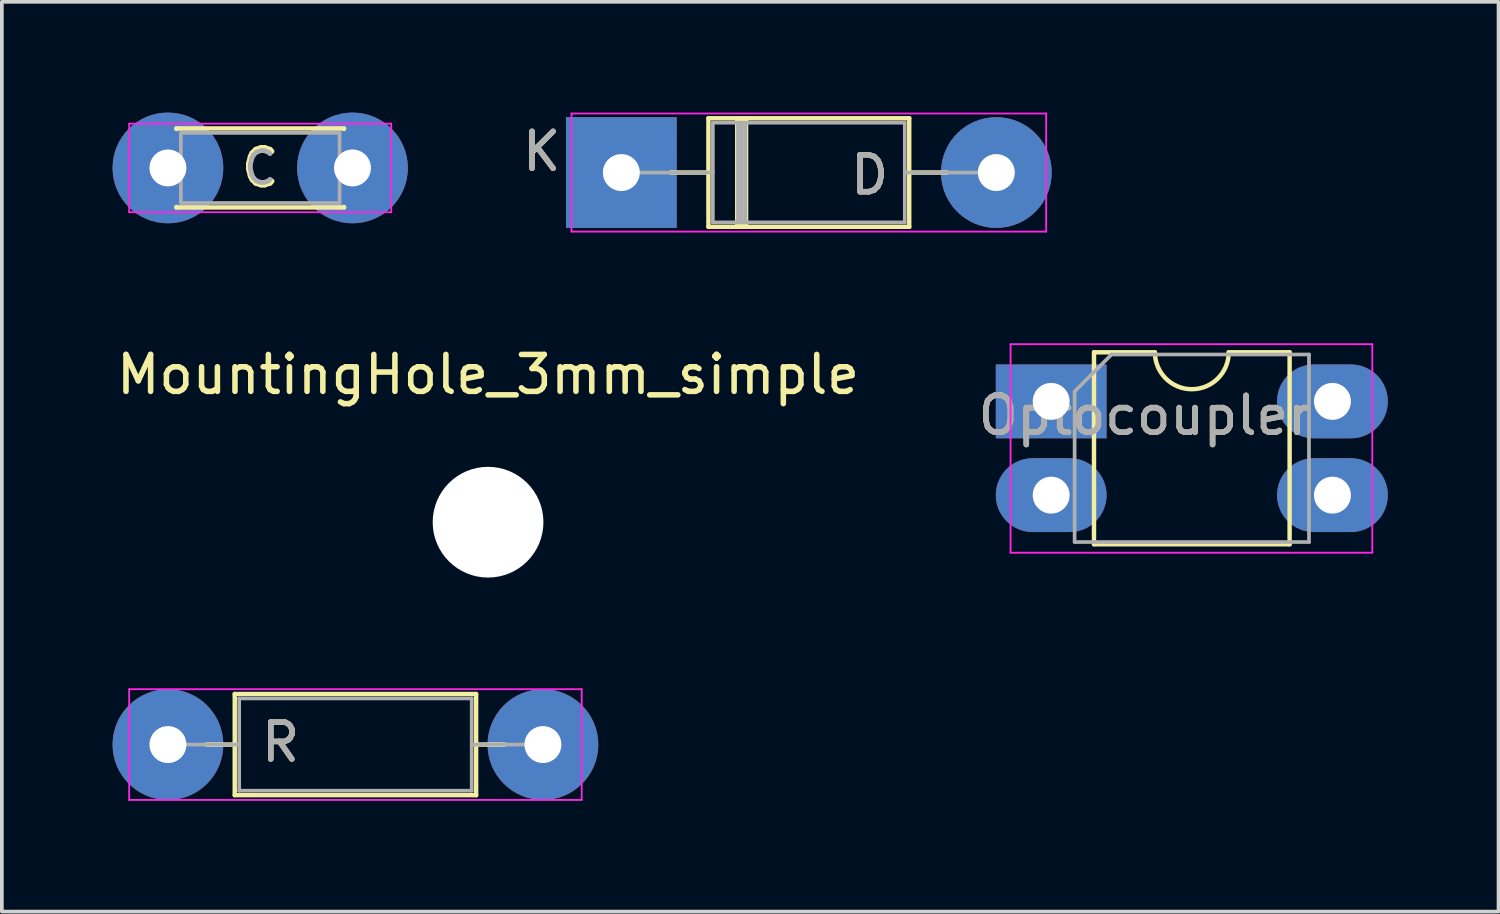
<source format=kicad_pcb>
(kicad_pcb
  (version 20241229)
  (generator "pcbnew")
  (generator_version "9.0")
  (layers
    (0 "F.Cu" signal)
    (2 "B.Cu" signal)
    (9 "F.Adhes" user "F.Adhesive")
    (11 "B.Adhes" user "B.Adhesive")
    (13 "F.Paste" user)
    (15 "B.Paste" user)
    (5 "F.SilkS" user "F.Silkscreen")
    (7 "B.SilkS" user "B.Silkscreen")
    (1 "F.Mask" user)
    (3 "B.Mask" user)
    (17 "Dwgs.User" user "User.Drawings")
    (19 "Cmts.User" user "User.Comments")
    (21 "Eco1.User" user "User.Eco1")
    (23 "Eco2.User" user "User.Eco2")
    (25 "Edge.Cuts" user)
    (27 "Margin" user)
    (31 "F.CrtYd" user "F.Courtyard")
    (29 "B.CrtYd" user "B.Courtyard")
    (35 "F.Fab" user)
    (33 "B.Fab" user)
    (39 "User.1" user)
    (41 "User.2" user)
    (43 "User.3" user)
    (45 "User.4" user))
  (footprint "MountingHole_3mm_simple"
    (layer "F.Cu")
    (at 10.173 11.098)
    (property "Reference" "MountingHole_3mm_simple" (at 0 -4 0) (layer "F.SilkS") (effects (font (size 1 1) (thickness 0.15))))
    (attr exclude_from_pos_files exclude_from_bom)
    (pad "" np_thru_hole circle (at 0 0) (size 3 3) (drill 3) (layers "*.Cu" "*.Mask")))
  (footprint "C"
    (layer "F.Cu")
    (at 1.5 1.5)
    (property "Reference" "C" (at 2.5 0 0) (layer "F.SilkS") (effects (font (size 1 1) (thickness 0.15))))
    (attr through_hole)
    (fp_line (start 0.23 -1.07) (end 0.23 -1.055) (stroke (width 0.12) (type solid)) (layer "F.SilkS"))
    (fp_line (start 0.23 -1.07) (end 4.77 -1.07) (stroke (width 0.12) (type solid)) (layer "F.SilkS"))
    (fp_line (start 0.23 1.055) (end 0.23 1.07) (stroke (width 0.12) (type solid)) (layer "F.SilkS"))
    (fp_line (start 0.23 1.07) (end 4.77 1.07) (stroke (width 0.12) (type solid)) (layer "F.SilkS"))
    (fp_line (start 4.77 -1.07) (end 4.77 -1.055) (stroke (width 0.12) (type solid)) (layer "F.SilkS"))
    (fp_line (start 4.77 1.055) (end 4.77 1.07) (stroke (width 0.12) (type solid)) (layer "F.SilkS"))
    (fp_line (start -1.05 -1.2) (end -1.05 1.2) (stroke (width 0.05) (type solid)) (layer "F.CrtYd"))
    (fp_line (start -1.05 1.2) (end 6.05 1.2) (stroke (width 0.05) (type solid)) (layer "F.CrtYd"))
    (fp_line (start 6.05 -1.2) (end -1.05 -1.2) (stroke (width 0.05) (type solid)) (layer "F.CrtYd"))
    (fp_line (start 6.05 1.2) (end 6.05 -1.2) (stroke (width 0.05) (type solid)) (layer "F.CrtYd"))
    (fp_line (start 0.35 -0.95) (end 0.35 0.95) (stroke (width 0.1) (type solid)) (layer "F.Fab"))
    (fp_line (start 0.35 0.95) (end 4.65 0.95) (stroke (width 0.1) (type solid)) (layer "F.Fab"))
    (fp_line (start 4.65 -0.95) (end 0.35 -0.95) (stroke (width 0.1) (type solid)) (layer "F.Fab"))
    (fp_line (start 4.65 0.95) (end 4.65 -0.95) (stroke (width 0.1) (type solid)) (layer "F.Fab"))
    (fp_text user "${REFERENCE}" (at 2.5 0 0) (layer "F.Fab") (effects (font (size 0.86 0.86) (thickness 0.129))))
    (pad "1" thru_hole circle (at 0 0) (size 3 3) (drill 1) (layers "*.Cu" "*.Mask"))
    (pad "2" thru_hole circle (at 5 0) (size 3 3) (drill 1) (layers "*.Cu" "*.Mask")))
  (footprint "D"
    (layer "F.Cu")
    (at 13.784 1.625)
    (property "Reference" "D" (at 6.731 0.064 0) (layer "F.SilkS") (effects (font (size 1 1) (thickness 0.15))))
    (attr through_hole)
    (fp_line (start 1.34 0) (end 2.36 0) (stroke (width 0.12) (type solid)) (layer "F.SilkS"))
    (fp_line (start 2.36 -1.47) (end 2.36 1.47) (stroke (width 0.12) (type solid)) (layer "F.SilkS"))
    (fp_line (start 2.36 1.47) (end 7.8 1.47) (stroke (width 0.12) (type solid)) (layer "F.SilkS"))
    (fp_line (start 3.14 -1.47) (end 3.14 1.47) (stroke (width 0.12) (type solid)) (layer "F.SilkS"))
    (fp_line (start 3.26 -1.47) (end 3.26 1.47) (stroke (width 0.12) (type solid)) (layer "F.SilkS"))
    (fp_line (start 3.38 -1.47) (end 3.38 1.47) (stroke (width 0.12) (type solid)) (layer "F.SilkS"))
    (fp_line (start 7.8 -1.47) (end 2.36 -1.47) (stroke (width 0.12) (type solid)) (layer "F.SilkS"))
    (fp_line (start 7.8 1.47) (end 7.8 -1.47) (stroke (width 0.12) (type solid)) (layer "F.SilkS"))
    (fp_line (start 8.82 0) (end 7.8 0) (stroke (width 0.12) (type solid)) (layer "F.SilkS"))
    (fp_line (start -1.35 -1.6) (end -1.35 1.6) (stroke (width 0.05) (type solid)) (layer "F.CrtYd"))
    (fp_line (start -1.35 1.6) (end 11.51 1.6) (stroke (width 0.05) (type solid)) (layer "F.CrtYd"))
    (fp_line (start 11.51 -1.6) (end -1.35 -1.6) (stroke (width 0.05) (type solid)) (layer "F.CrtYd"))
    (fp_line (start 11.51 1.6) (end 11.51 -1.6) (stroke (width 0.05) (type solid)) (layer "F.CrtYd"))
    (fp_line (start 0 0) (end 2.48 0) (stroke (width 0.1) (type solid)) (layer "F.Fab"))
    (fp_line (start 2.48 -1.35) (end 2.48 1.35) (stroke (width 0.1) (type solid)) (layer "F.Fab"))
    (fp_line (start 2.48 1.35) (end 7.68 1.35) (stroke (width 0.1) (type solid)) (layer "F.Fab"))
    (fp_line (start 3.16 -1.35) (end 3.16 1.35) (stroke (width 0.1) (type solid)) (layer "F.Fab"))
    (fp_line (start 3.26 -1.35) (end 3.26 1.35) (stroke (width 0.1) (type solid)) (layer "F.Fab"))
    (fp_line (start 3.36 -1.35) (end 3.36 1.35) (stroke (width 0.1) (type solid)) (layer "F.Fab"))
    (fp_line (start 7.68 -1.35) (end 2.48 -1.35) (stroke (width 0.1) (type solid)) (layer "F.Fab"))
    (fp_line (start 7.68 1.35) (end 7.68 -1.35) (stroke (width 0.1) (type solid)) (layer "F.Fab"))
    (fp_line (start 10.16 0) (end 7.68 0) (stroke (width 0.1) (type solid)) (layer "F.Fab"))
    (fp_text user "K" (at -2.159 -0.572 0) (layer "F.SilkS") (effects (font (size 1 1) (thickness 0.15))))
    (fp_text user "${REFERENCE}" (at 6.731 0.064 0) (layer "F.Fab") (effects (font (size 1 1) (thickness 0.15))))
    (fp_text user "K" (at -2.159 -0.572 0) (layer "F.Fab") (effects (font (size 1 1) (thickness 0.15))))
    (pad "1" thru_hole rect (at 0 0) (size 3 3) (drill 1) (layers "*.Cu" "*.Mask"))
    (pad "2" thru_hole circle (at 10.16 0) (size 3 3) (drill 1) (layers "*.Cu" "*.Mask")))
  (footprint "R"
    (layer "F.Cu")
    (at 1.5 17.123)
    (property "Reference" "R" (at 3.048 -0.064 0) (layer "F.SilkS") (effects (font (size 1 1) (thickness 0.15))))
    (attr through_hole)
    (fp_line (start 1.04 0) (end 1.81 0) (stroke (width 0.12) (type solid)) (layer "F.SilkS"))
    (fp_line (start 1.81 -1.37) (end 1.81 1.37) (stroke (width 0.12) (type solid)) (layer "F.SilkS"))
    (fp_line (start 1.81 1.37) (end 8.35 1.37) (stroke (width 0.12) (type solid)) (layer "F.SilkS"))
    (fp_line (start 8.35 -1.37) (end 1.81 -1.37) (stroke (width 0.12) (type solid)) (layer "F.SilkS"))
    (fp_line (start 8.35 1.37) (end 8.35 -1.37) (stroke (width 0.12) (type solid)) (layer "F.SilkS"))
    (fp_line (start 9.12 0) (end 8.35 0) (stroke (width 0.12) (type solid)) (layer "F.SilkS"))
    (fp_line (start -1.05 -1.5) (end -1.05 1.5) (stroke (width 0.05) (type solid)) (layer "F.CrtYd"))
    (fp_line (start -1.05 1.5) (end 11.21 1.5) (stroke (width 0.05) (type solid)) (layer "F.CrtYd"))
    (fp_line (start 11.21 -1.5) (end -1.05 -1.5) (stroke (width 0.05) (type solid)) (layer "F.CrtYd"))
    (fp_line (start 11.21 1.5) (end 11.21 -1.5) (stroke (width 0.05) (type solid)) (layer "F.CrtYd"))
    (fp_line (start 0 0) (end 1.93 0) (stroke (width 0.1) (type solid)) (layer "F.Fab"))
    (fp_line (start 1.93 -1.25) (end 1.93 1.25) (stroke (width 0.1) (type solid)) (layer "F.Fab"))
    (fp_line (start 1.93 1.25) (end 8.23 1.25) (stroke (width 0.1) (type solid)) (layer "F.Fab"))
    (fp_line (start 8.23 -1.25) (end 1.93 -1.25) (stroke (width 0.1) (type solid)) (layer "F.Fab"))
    (fp_line (start 8.23 1.25) (end 8.23 -1.25) (stroke (width 0.1) (type solid)) (layer "F.Fab"))
    (fp_line (start 10.16 0) (end 8.23 0) (stroke (width 0.1) (type solid)) (layer "F.Fab"))
    (fp_text user "${REFERENCE}" (at 3.048 -0.064 0) (layer "F.Fab") (effects (font (size 1 1) (thickness 0.15))))
    (pad "1" thru_hole circle (at 0 0) (size 3 3) (drill 1) (layers "*.Cu" "*.Mask"))
    (pad "2" thru_hole circle (at 10.16 0) (size 3 3) (drill 1) (layers "*.Cu" "*.Mask")))
  (footprint "Optocoupler"
    (layer "F.Cu")
    (at 25.43 7.825)
    (property "Reference" "Optocoupler" (at 2.54 0.381 0) (layer "F.SilkS") (effects (font (size 1 1) (thickness 0.15))))
    (attr through_hole)
    (fp_line (start 1.16 -1.33) (end 1.16 3.87) (stroke (width 0.12) (type solid)) (layer "F.SilkS"))
    (fp_line (start 1.16 3.87) (end 6.46 3.87) (stroke (width 0.12) (type solid)) (layer "F.SilkS"))
    (fp_line (start 2.81 -1.33) (end 1.16 -1.33) (stroke (width 0.12) (type solid)) (layer "F.SilkS"))
    (fp_line (start 6.46 -1.33) (end 4.81 -1.33) (stroke (width 0.12) (type solid)) (layer "F.SilkS"))
    (fp_line (start 6.46 3.87) (end 6.46 -1.33) (stroke (width 0.12) (type solid)) (layer "F.SilkS"))
    (fp_arc (start 4.81 -1.33) (mid 3.81 -0.33) (end 2.81 -1.33) (stroke (width 0.12) (type solid)) (layer "F.SilkS"))
    (fp_line (start -1.1 -1.55) (end -1.1 4.1) (stroke (width 0.05) (type solid)) (layer "F.CrtYd"))
    (fp_line (start -1.1 4.1) (end 8.7 4.1) (stroke (width 0.05) (type solid)) (layer "F.CrtYd"))
    (fp_line (start 8.7 -1.55) (end -1.1 -1.55) (stroke (width 0.05) (type solid)) (layer "F.CrtYd"))
    (fp_line (start 8.7 4.1) (end 8.7 -1.55) (stroke (width 0.05) (type solid)) (layer "F.CrtYd"))
    (fp_line (start 0.635 -0.27) (end 1.635 -1.27) (stroke (width 0.1) (type solid)) (layer "F.Fab"))
    (fp_line (start 0.635 3.81) (end 0.635 -0.27) (stroke (width 0.1) (type solid)) (layer "F.Fab"))
    (fp_line (start 1.635 -1.27) (end 6.985 -1.27) (stroke (width 0.1) (type solid)) (layer "F.Fab"))
    (fp_line (start 6.985 -1.27) (end 6.985 3.81) (stroke (width 0.1) (type solid)) (layer "F.Fab"))
    (fp_line (start 6.985 3.81) (end 0.635 3.81) (stroke (width 0.1) (type solid)) (layer "F.Fab"))
    (fp_text user "${REFERENCE}" (at 2.54 0.381 0) (layer "F.Fab") (effects (font (size 1 1) (thickness 0.15))))
    (pad "1" thru_hole rect (at 0 0) (size 3 2) (drill 1) (layers "*.Cu" "*.Mask"))
    (pad "2" thru_hole oval (at 0 2.54) (size 3 2) (drill 1) (layers "*.Cu" "*.Mask"))
    (pad "3" thru_hole oval (at 7.62 2.54) (size 3 2) (drill 1) (layers "*.Cu" "*.Mask"))
    (pad "4" thru_hole oval (at 7.62 0) (size 3 2) (drill 1) (layers "*.Cu" "*.Mask")))
  (gr_rect
    (start -3 -3)
    (end 37.55 21.648)
    (stroke (width 0.1) (type default))
    (fill no)
    (layer "Edge.Cuts")))
</source>
